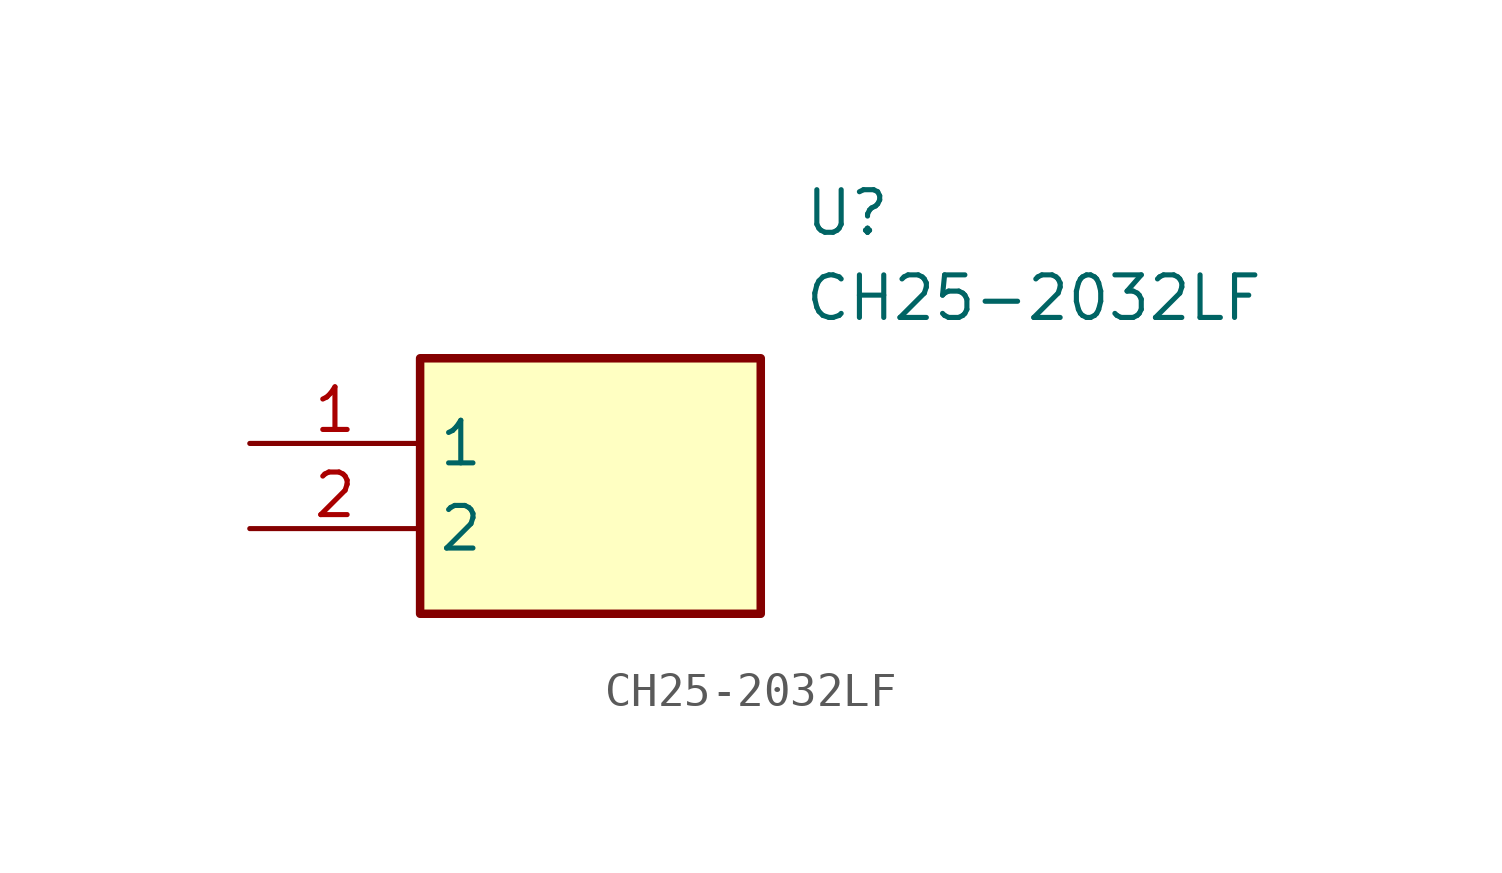
<source format=kicad_sym>
(kicad_symbol_lib
  (version 20211014)
  (generator SamacSys_ECAD_Model)
  (symbol "CH25-2032LF"
    (property "Reference" "U"
      (at 16.51 7.62 0)
      (effects (font (size 1.27 1.27)) (justify left top)))
    (property "Value" "CH25-2032LF"
      (at 16.51 5.08 0)
      (effects (font (size 1.27 1.27)) (justify left top)))
    (rectangle
      (start 5.08 2.54)
      (end 15.24 -5.08)
      (stroke (width 0.254) (type default))
      (fill (type background)))
    (pin passive line
      (at 0 0 0)
      (length 5.08)
      (name "1" (effects (font (size 1.27 1.27))))
      (number "1" (effects (font (size 1.27 1.27)))))
    (pin passive line
      (at 0 -2.54 0)
      (length 5.08)
      (name "2" (effects (font (size 1.27 1.27))))
      (number "2" (effects (font (size 1.27 1.27)))))))
</source>
